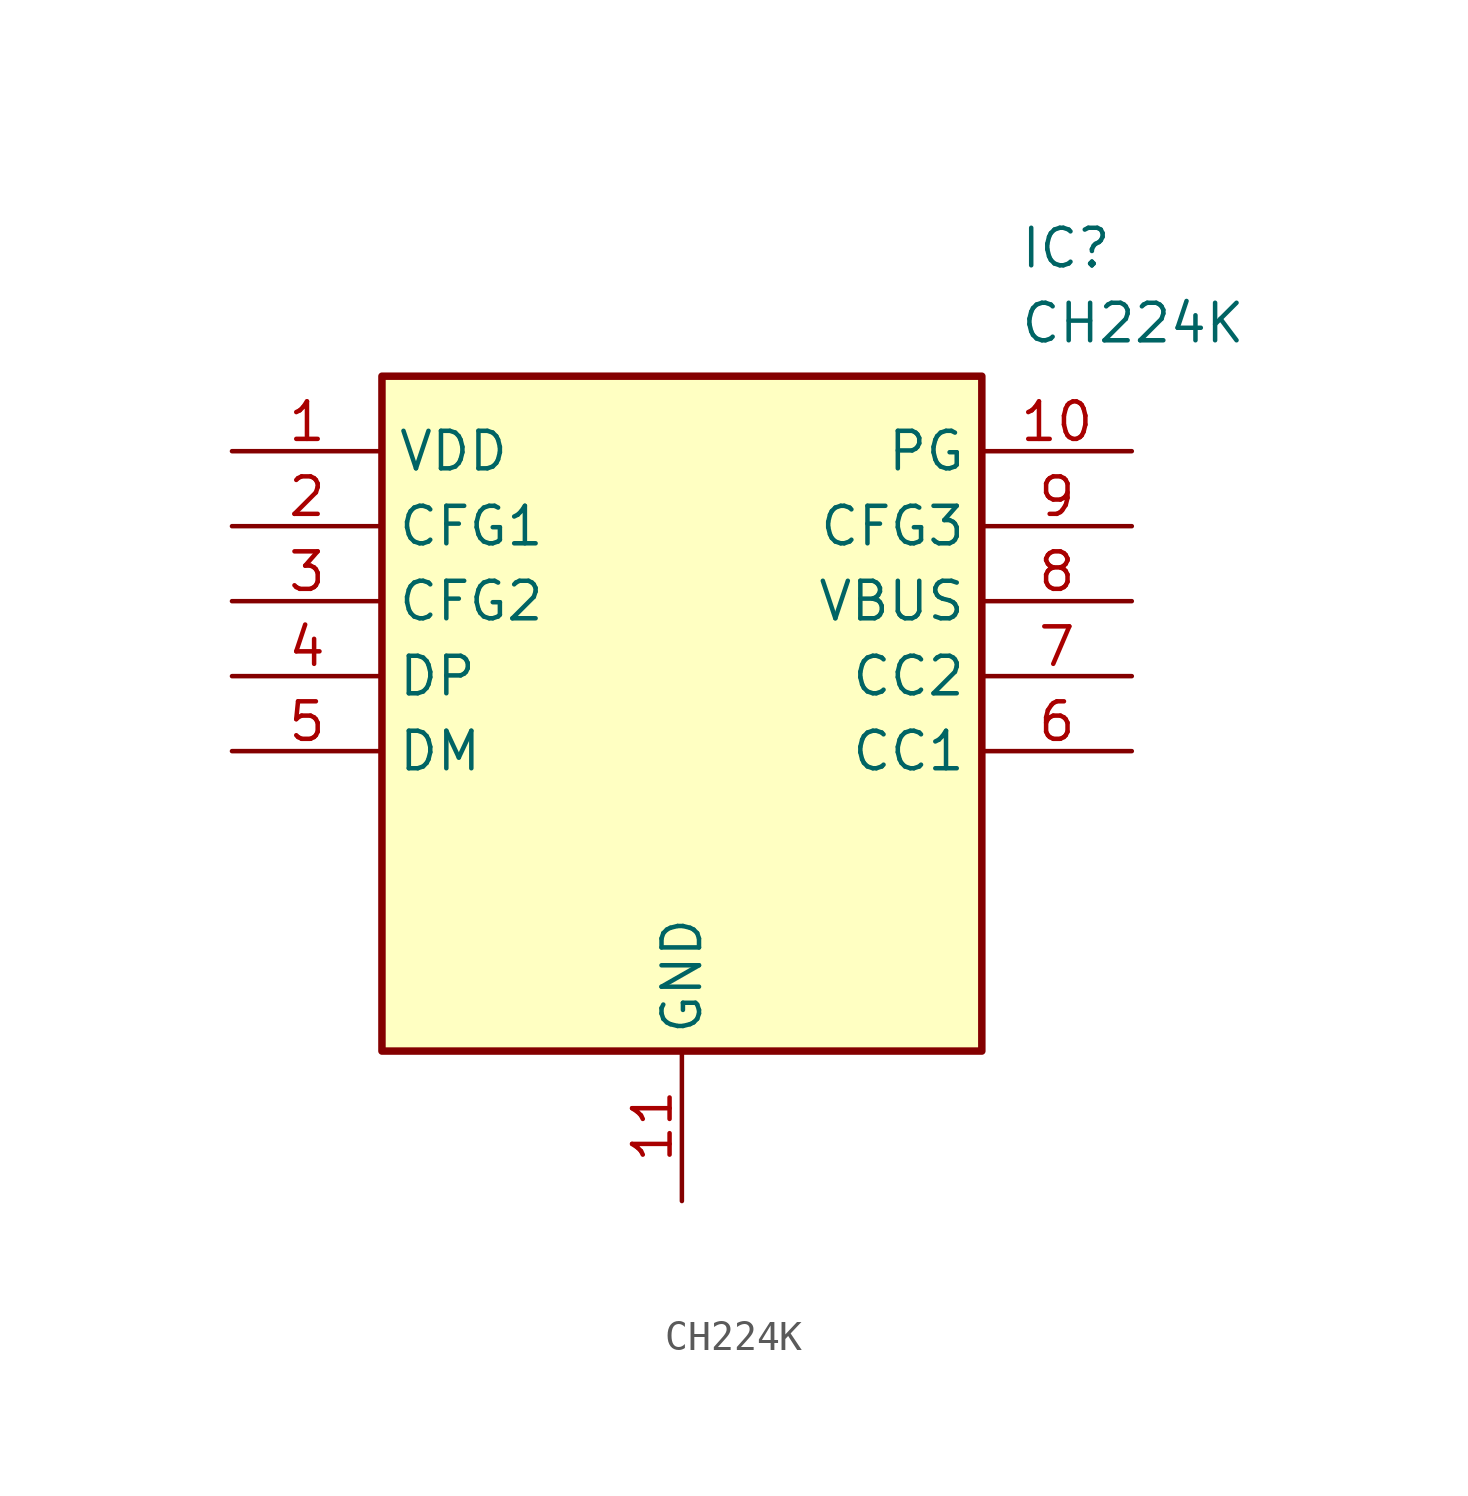
<source format=kicad_sym>
(kicad_symbol_lib
  (version 20211014)
  (generator SamacSys_ECAD_Model)
  (symbol "CH224K"
    (property "Reference" "IC"
      (at 26.67 7.62 0)
      (effects (font (size 1.27 1.27)) (justify left top)))
    (property "Value" "CH224K"
      (at 26.67 5.08 0)
      (effects (font (size 1.27 1.27)) (justify left top)))
    (rectangle
      (start 5.08 2.54)
      (end 25.4 -20.32)
      (stroke (width 0.254) (type default))
      (fill (type background)))
    (pin passive line
      (at 0 0 0)
      (length 5.08)
      (name "VDD" (effects (font (size 1.27 1.27))))
      (number "1" (effects (font (size 1.27 1.27)))))
    (pin passive line
      (at 0 -2.54 0)
      (length 5.08)
      (name "CFG1" (effects (font (size 1.27 1.27))))
      (number "2" (effects (font (size 1.27 1.27)))))
    (pin passive line
      (at 0 -5.08 0)
      (length 5.08)
      (name "CFG2" (effects (font (size 1.27 1.27))))
      (number "3" (effects (font (size 1.27 1.27)))))
    (pin passive line
      (at 0 -7.62 0)
      (length 5.08)
      (name "DP" (effects (font (size 1.27 1.27))))
      (number "4" (effects (font (size 1.27 1.27)))))
    (pin passive line
      (at 0 -10.16 0)
      (length 5.08)
      (name "DM" (effects (font (size 1.27 1.27))))
      (number "5" (effects (font (size 1.27 1.27)))))
    (pin passive line
      (at 15.24 -25.4 90)
      (length 5.08)
      (name "GND" (effects (font (size 1.27 1.27))))
      (number "11" (effects (font (size 1.27 1.27)))))
    (pin passive line
      (at 30.48 0 180)
      (length 5.08)
      (name "PG" (effects (font (size 1.27 1.27))))
      (number "10" (effects (font (size 1.27 1.27)))))
    (pin passive line
      (at 30.48 -2.54 180)
      (length 5.08)
      (name "CFG3" (effects (font (size 1.27 1.27))))
      (number "9" (effects (font (size 1.27 1.27)))))
    (pin passive line
      (at 30.48 -5.08 180)
      (length 5.08)
      (name "VBUS" (effects (font (size 1.27 1.27))))
      (number "8" (effects (font (size 1.27 1.27)))))
    (pin passive line
      (at 30.48 -7.62 180)
      (length 5.08)
      (name "CC2" (effects (font (size 1.27 1.27))))
      (number "7" (effects (font (size 1.27 1.27)))))
    (pin passive line
      (at 30.48 -10.16 180)
      (length 5.08)
      (name "CC1" (effects (font (size 1.27 1.27))))
      (number "6" (effects (font (size 1.27 1.27)))))))
</source>
